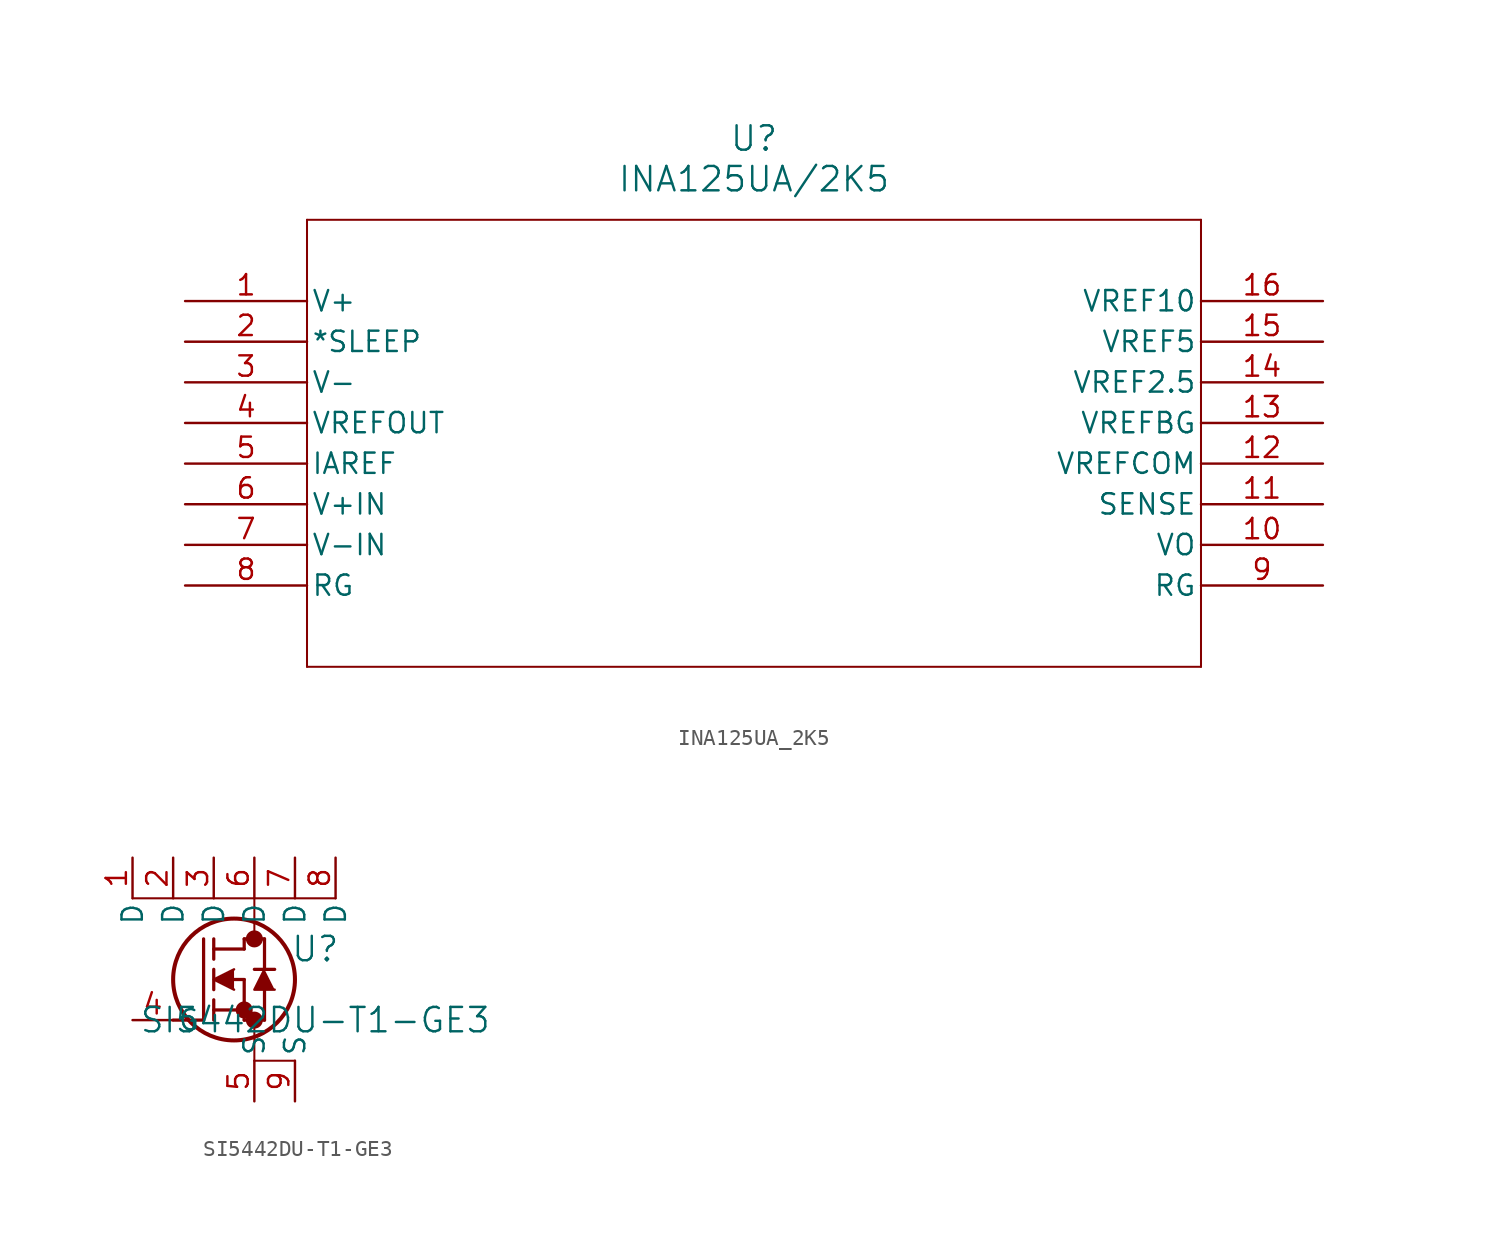
<source format=kicad_sym>
(kicad_symbol_lib
  (version 20241209)
  (generator "kicad_symbol_editor")
  (generator_version "9.0")
  (symbol "INA125UA_2K5"
    (pin_names
      (offset 0.254))
    (property "Reference" "U"
      (at 35.56 10.16 0)
      (effects (font (size 1.524 1.524))))
    (property "Value" "INA125UA/2K5"
      (at 35.56 7.62 0)
      (effects (font (size 1.524 1.524))))
    (symbol "INA125UA_2K5_0_1"
      (polyline (pts (xy 7.62 5.08) (xy 7.62 -22.86)) (stroke (width 0.127) (type default)) (fill (type none)))
      (polyline (pts (xy 7.62 -22.86) (xy 63.5 -22.86)) (stroke (width 0.127) (type default)) (fill (type none)))
      (polyline (pts (xy 63.5 5.08) (xy 7.62 5.08)) (stroke (width 0.127) (type default)) (fill (type none)))
      (polyline (pts (xy 63.5 -22.86) (xy 63.5 5.08)) (stroke (width 0.127) (type default)) (fill (type none)))
      (pin power_in line (at 0 0 0) (length 7.62) (name "V+" (effects (font (size 1.27 1.27)))) (number "1" (effects (font (size 1.27 1.27)))))
      (pin unspecified line (at 0 -2.54 0) (length 7.62) (name "*SLEEP" (effects (font (size 1.27 1.27)))) (number "2" (effects (font (size 1.27 1.27)))))
      (pin power_in line (at 0 -5.08 0) (length 7.62) (name "V-" (effects (font (size 1.27 1.27)))) (number "3" (effects (font (size 1.27 1.27)))))
      (pin output line (at 0 -7.62 0) (length 7.62) (name "VREFOUT" (effects (font (size 1.27 1.27)))) (number "4" (effects (font (size 1.27 1.27)))))
      (pin unspecified line (at 0 -10.16 0) (length 7.62) (name "IAREF" (effects (font (size 1.27 1.27)))) (number "5" (effects (font (size 1.27 1.27)))))
      (pin input line (at 0 -12.7 0) (length 7.62) (name "V+IN" (effects (font (size 1.27 1.27)))) (number "6" (effects (font (size 1.27 1.27)))))
      (pin input line (at 0 -15.24 0) (length 7.62) (name "V-IN" (effects (font (size 1.27 1.27)))) (number "7" (effects (font (size 1.27 1.27)))))
      (pin unspecified line (at 0 -17.78 0) (length 7.62) (name "RG" (effects (font (size 1.27 1.27)))) (number "8" (effects (font (size 1.27 1.27)))))
      (pin power_in line (at 71.12 0 180) (length 7.62) (name "VREF10" (effects (font (size 1.27 1.27)))) (number "16" (effects (font (size 1.27 1.27)))))
      (pin power_in line (at 71.12 -2.54 180) (length 7.62) (name "VREF5" (effects (font (size 1.27 1.27)))) (number "15" (effects (font (size 1.27 1.27)))))
      (pin power_in line (at 71.12 -5.08 180) (length 7.62) (name "VREF2.5" (effects (font (size 1.27 1.27)))) (number "14" (effects (font (size 1.27 1.27)))))
      (pin power_in line (at 71.12 -7.62 180) (length 7.62) (name "VREFBG" (effects (font (size 1.27 1.27)))) (number "13" (effects (font (size 1.27 1.27)))))
      (pin power_in line (at 71.12 -10.16 180) (length 7.62) (name "VREFCOM" (effects (font (size 1.27 1.27)))) (number "12" (effects (font (size 1.27 1.27)))))
      (pin unspecified line (at 71.12 -12.7 180) (length 7.62) (name "SENSE" (effects (font (size 1.27 1.27)))) (number "11" (effects (font (size 1.27 1.27)))))
      (pin output line (at 71.12 -15.24 180) (length 7.62) (name "VO" (effects (font (size 1.27 1.27)))) (number "10" (effects (font (size 1.27 1.27)))))
      (pin unspecified line (at 71.12 -17.78 180) (length 7.62) (name "RG" (effects (font (size 1.27 1.27)))) (number "9" (effects (font (size 1.27 1.27)))))))
  (symbol "SI5442DU-T1-GE3"
    (pin_names
      (offset 0.254))
    (property "Reference" "U"
      (at 11.43 4.445 0)
      (effects (font (size 1.524 1.524))))
    (property "Value" "SI5442DU-T1-GE3"
      (at 11.43 0 0)
      (effects (font (size 1.524 1.524))))
    (property "ki_locked" ""
      (at 0 0 0)
      (effects (font (size 1.27 1.27))))
    (symbol "SI5442DU-T1-GE3_0_1"
      (polyline (pts (xy 0 7.62) (xy 12.7 7.62)) (stroke (width 0.127) (type default)) (fill (type none)))
      (polyline (pts (xy 2.54 0) (xy 4.445 0)) (stroke (width 0.203) (type default)) (fill (type none)))
      (polyline (pts (xy 4.445 0) (xy 4.445 5.08)) (stroke (width 0.203) (type default)) (fill (type none)))
      (polyline (pts (xy 5.08 4.445) (xy 6.985 4.445)) (stroke (width 0.203) (type default)) (fill (type none)))
      (polyline (pts (xy 5.08 3.81) (xy 5.08 5.08)) (stroke (width 0.203) (type default)) (fill (type none)))
      (polyline (pts (xy 5.08 1.905) (xy 5.08 3.175)) (stroke (width 0.203) (type default)) (fill (type none)))
      (polyline (pts (xy 5.08 0.635) (xy 6.985 0.635)) (stroke (width 0.203) (type default)) (fill (type none)))
      (polyline (pts (xy 5.08 0) (xy 5.08 1.27)) (stroke (width 0.203) (type default)) (fill (type none)))
      (polyline (pts (xy 6.35 3.175) (xy 5.08 2.54) (xy 6.35 1.905)) (stroke (width 0) (type default)) (fill (type outline)))
      (polyline (pts (xy 6.35 2.54) (xy 6.985 2.54)) (stroke (width 0.203) (type default)) (fill (type none)))
      (circle (center 6.35 2.54) (radius 3.81) (stroke (width 0.254) (type default)) (fill (type none)))
      (polyline (pts (xy 6.985 5.08) (xy 8.255 5.08)) (stroke (width 0.203) (type default)) (fill (type none)))
      (polyline (pts (xy 6.985 4.445) (xy 6.985 5.08)) (stroke (width 0.203) (type default)) (fill (type none)))
      (circle (center 6.985 0.635) (radius 0.025) (stroke (width 0.508) (type default)) (fill (type none)))
      (polyline (pts (xy 6.985 0) (xy 6.985 2.54)) (stroke (width 0.203) (type default)) (fill (type none)))
      (polyline (pts (xy 6.985 0) (xy 8.255 0)) (stroke (width 0.203) (type default)) (fill (type none)))
      (polyline (pts (xy 7.62 7.62) (xy 7.62 5.08)) (stroke (width 0.127) (type default)) (fill (type none)))
      (circle (center 7.62 5.08) (radius 0.025) (stroke (width 0.508) (type default)) (fill (type none)))
      (circle (center 7.62 0) (radius 0.025) (stroke (width 0.508) (type default)) (fill (type none)))
      (polyline (pts (xy 7.62 -2.54) (xy 7.62 0)) (stroke (width 0.127) (type default)) (fill (type none)))
      (polyline (pts (xy 7.62 -2.54) (xy 10.16 -2.54)) (stroke (width 0.127) (type default)) (fill (type none)))
      (polyline (pts (xy 8.255 3.175) (xy 8.255 5.08)) (stroke (width 0.203) (type default)) (fill (type none)))
      (polyline (pts (xy 8.255 0) (xy 8.255 1.905)) (stroke (width 0.203) (type default)) (fill (type none)))
      (polyline (pts (xy 8.89 3.175) (xy 7.62 3.175)) (stroke (width 0.203) (type default)) (fill (type none)))
      (polyline (pts (xy 8.89 1.905) (xy 7.62 1.905) (xy 8.255 3.175)) (stroke (width 0) (type default)) (fill (type outline)))
      (pin unspecified line (at 0 10.16 270) (length 2.54) (name "D" (effects (font (size 1.27 1.27)))) (number "1" (effects (font (size 1.27 1.27)))))
      (pin unspecified line (at 0 0 0) (length 2.54) (name "G" (effects (font (size 1.27 1.27)))) (number "4" (effects (font (size 1.27 1.27)))))
      (pin unspecified line (at 2.54 10.16 270) (length 2.54) (name "D" (effects (font (size 1.27 1.27)))) (number "2" (effects (font (size 1.27 1.27)))))
      (pin unspecified line (at 5.08 10.16 270) (length 2.54) (name "D" (effects (font (size 1.27 1.27)))) (number "3" (effects (font (size 1.27 1.27)))))
      (pin unspecified line (at 7.62 10.16 270) (length 2.54) (name "D" (effects (font (size 1.27 1.27)))) (number "6" (effects (font (size 1.27 1.27)))))
      (pin unspecified line (at 7.62 -5.08 90) (length 2.54) (name "S" (effects (font (size 1.27 1.27)))) (number "5" (effects (font (size 1.27 1.27)))))
      (pin unspecified line (at 10.16 10.16 270) (length 2.54) (name "D" (effects (font (size 1.27 1.27)))) (number "7" (effects (font (size 1.27 1.27)))))
      (pin unspecified line (at 10.16 -5.08 90) (length 2.54) (name "S" (effects (font (size 1.27 1.27)))) (number "9" (effects (font (size 1.27 1.27)))))
      (pin unspecified line (at 12.7 10.16 270) (length 2.54) (name "D" (effects (font (size 1.27 1.27)))) (number "8" (effects (font (size 1.27 1.27))))))))
</source>
